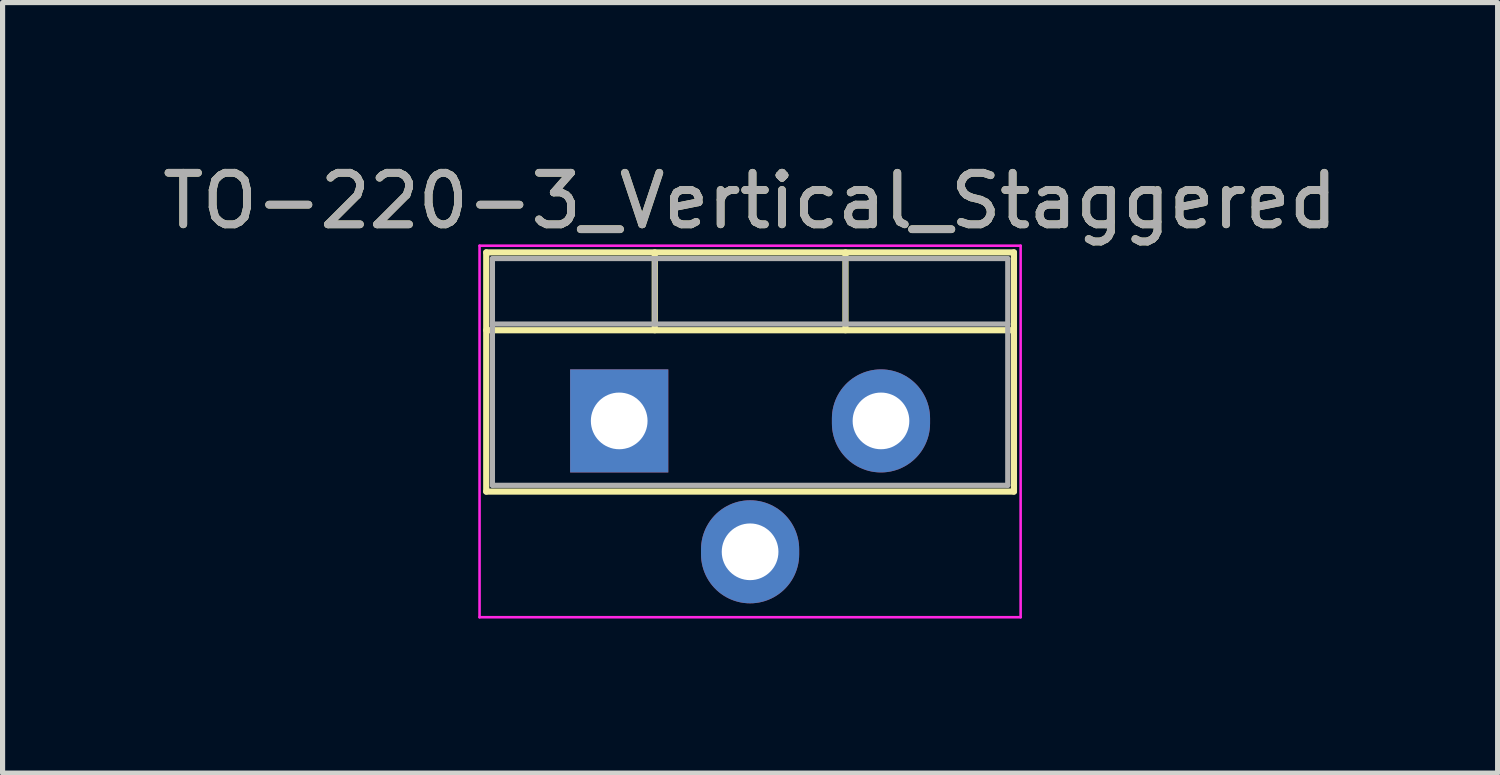
<source format=kicad_pcb>
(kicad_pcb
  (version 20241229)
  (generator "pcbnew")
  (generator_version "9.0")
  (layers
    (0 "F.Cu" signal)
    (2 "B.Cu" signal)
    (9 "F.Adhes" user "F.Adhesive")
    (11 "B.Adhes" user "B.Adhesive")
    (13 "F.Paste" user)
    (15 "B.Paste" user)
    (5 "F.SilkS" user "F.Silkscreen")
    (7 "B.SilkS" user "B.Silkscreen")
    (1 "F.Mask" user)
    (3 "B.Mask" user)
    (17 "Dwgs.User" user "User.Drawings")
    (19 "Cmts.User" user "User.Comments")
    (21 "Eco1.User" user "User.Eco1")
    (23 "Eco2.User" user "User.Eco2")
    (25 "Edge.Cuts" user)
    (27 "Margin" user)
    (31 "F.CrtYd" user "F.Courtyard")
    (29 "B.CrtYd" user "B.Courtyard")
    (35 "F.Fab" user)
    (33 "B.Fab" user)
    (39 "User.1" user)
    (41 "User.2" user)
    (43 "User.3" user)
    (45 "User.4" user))
  (footprint "TO-220-3_Vertical_Staggered"
    (layer "F.Cu")
    (at 8.966 5.118)
    (property "Reference" "TO-220-3_Vertical_Staggered" (at 2.54 -4.27 0) (layer "F.SilkS") (effects (font (size 1 1) (thickness 0.15))))
    (attr through_hole)
    (fp_line (start -2.58 -3.27) (end -2.58 1.371) (stroke (width 0.12) (type solid)) (layer "F.SilkS"))
    (fp_line (start -2.58 -3.27) (end 7.66 -3.27) (stroke (width 0.12) (type solid)) (layer "F.SilkS"))
    (fp_line (start -2.58 -1.76) (end 7.66 -1.76) (stroke (width 0.12) (type solid)) (layer "F.SilkS"))
    (fp_line (start -2.58 1.371) (end 7.66 1.371) (stroke (width 0.12) (type solid)) (layer "F.SilkS"))
    (fp_line (start 0.69 -3.27) (end 0.69 -1.76) (stroke (width 0.12) (type solid)) (layer "F.SilkS"))
    (fp_line (start 4.391 -3.27) (end 4.391 -1.76) (stroke (width 0.12) (type solid)) (layer "F.SilkS"))
    (fp_line (start 7.66 -3.27) (end 7.66 1.371) (stroke (width 0.12) (type solid)) (layer "F.SilkS"))
    (fp_line (start -2.71 -3.4) (end -2.71 3.81) (stroke (width 0.05) (type solid)) (layer "F.CrtYd"))
    (fp_line (start -2.71 3.81) (end 7.79 3.81) (stroke (width 0.05) (type solid)) (layer "F.CrtYd"))
    (fp_line (start 7.79 -3.4) (end -2.71 -3.4) (stroke (width 0.05) (type solid)) (layer "F.CrtYd"))
    (fp_line (start 7.79 3.81) (end 7.79 -3.4) (stroke (width 0.05) (type solid)) (layer "F.CrtYd"))
    (fp_line (start -2.46 -3.15) (end -2.46 1.25) (stroke (width 0.1) (type solid)) (layer "F.Fab"))
    (fp_line (start -2.46 -1.88) (end 7.54 -1.88) (stroke (width 0.1) (type solid)) (layer "F.Fab"))
    (fp_line (start -2.46 1.25) (end 7.54 1.25) (stroke (width 0.1) (type solid)) (layer "F.Fab"))
    (fp_line (start 0.69 -3.15) (end 0.69 -1.88) (stroke (width 0.1) (type solid)) (layer "F.Fab"))
    (fp_line (start 4.39 -3.15) (end 4.39 -1.88) (stroke (width 0.1) (type solid)) (layer "F.Fab"))
    (fp_line (start 7.54 -3.15) (end -2.46 -3.15) (stroke (width 0.1) (type solid)) (layer "F.Fab"))
    (fp_line (start 7.54 1.25) (end 7.54 -3.15) (stroke (width 0.1) (type solid)) (layer "F.Fab"))
    (fp_text user "${REFERENCE}" (at 2.54 -4.27 0) (layer "F.Fab") (effects (font (size 1 1) (thickness 0.15))))
    (pad "1" thru_hole rect (at 0 0) (size 1.905 2) (drill 1.1) (layers "*.Cu" "*.Mask"))
    (pad "2" thru_hole oval (at 2.54 2.54) (size 1.905 2) (drill 1.1) (layers "*.Cu" "*.Mask"))
    (pad "3" thru_hole oval (at 5.08 0) (size 1.905 2) (drill 1.1) (layers "*.Cu" "*.Mask")))
  (gr_rect
    (start -3 -3)
    (end 26.012 11.953)
    (stroke (width 0.1) (type default))
    (fill no)
    (layer "Edge.Cuts")))
</source>
